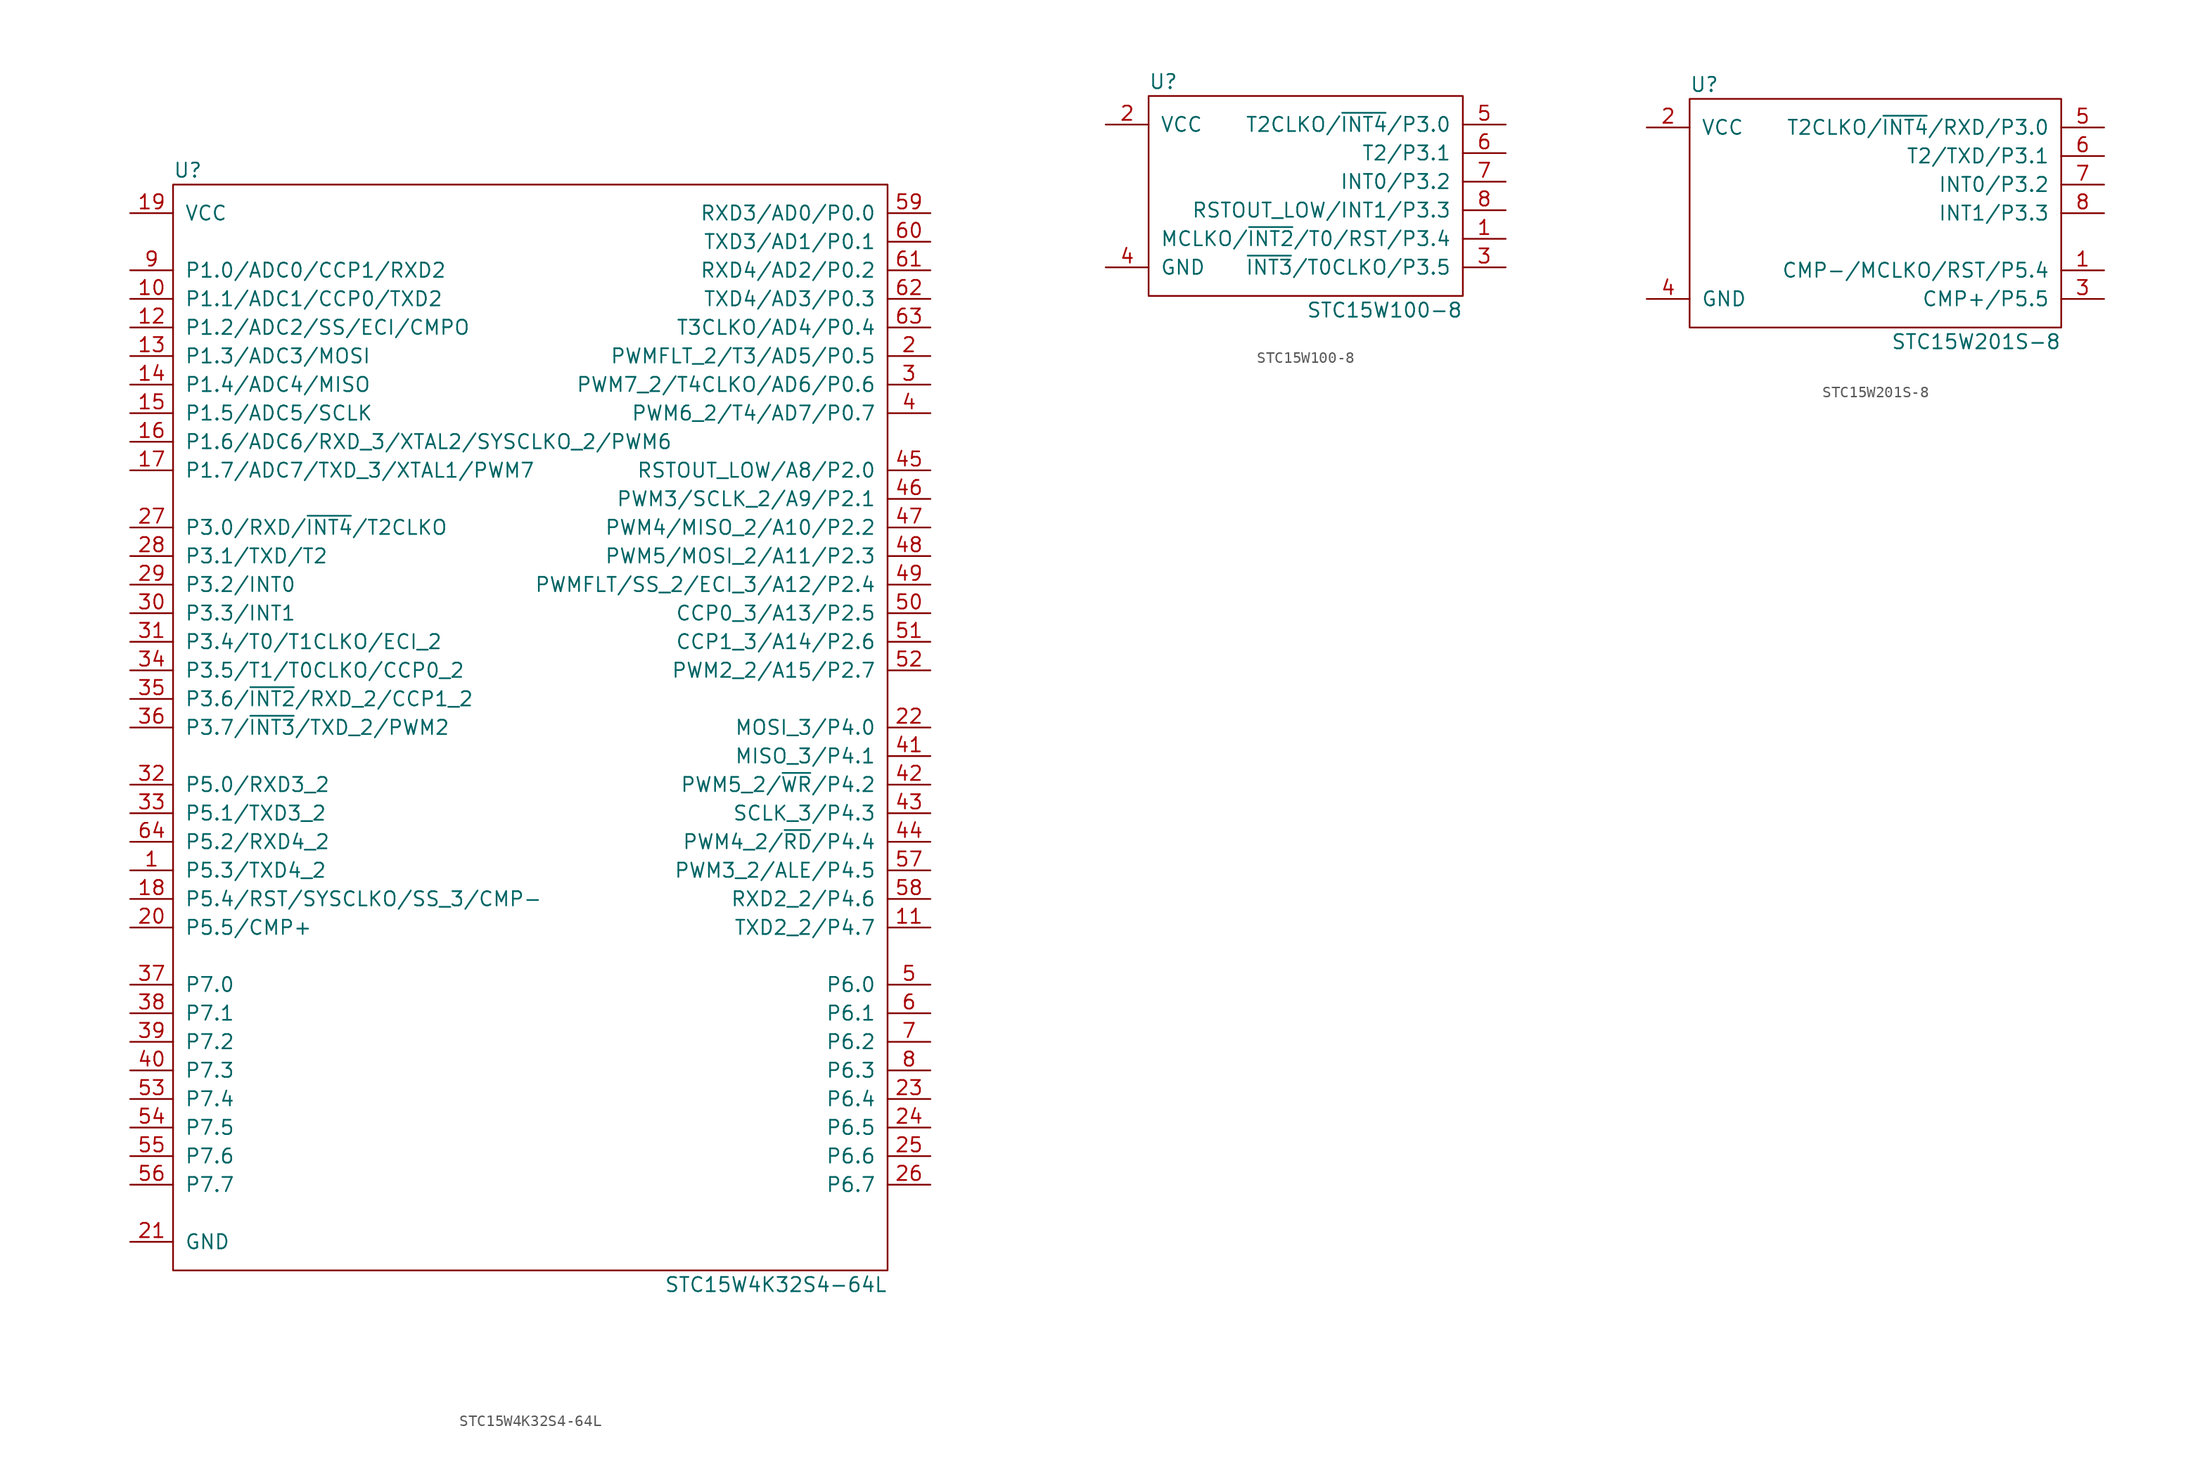
<source format=kicad_sym>
(kicad_symbol_lib
  (version 20211014)
  (generator kicad_symbol_editor)
  (symbol "STC15W4K32S4-64L"
    (pin_names
      (offset 1.016))
    (property "Reference" "U"
      (at -31.75 49.53 0)
      (effects (font (size 1.27 1.27)) (justify left)))
    (property "Value" "STC15W4K32S4-64L"
      (at 31.75 -49.53 0)
      (effects (font (size 1.27 1.27)) (justify right)))
    (symbol "STC15W4K32S4-64L_0_1"
      (rectangle (start -31.75 48.26) (end 31.75 -48.26) (stroke (width 0.152) (type default) (color 0 0 0 0)) (fill (type none))))
    (symbol "STC15W4K32S4-64L_1_1"
      (pin tri_state line (at -35.56 -12.7 0) (length 3.81) (name "P5.3/TXD4_2" (effects (font (size 1.27 1.27)))) (number "1" (effects (font (size 1.27 1.27)))))
      (pin tri_state line (at -35.56 38.1 0) (length 3.81) (name "P1.1/ADC1/CCP0/TXD2" (effects (font (size 1.27 1.27)))) (number "10" (effects (font (size 1.27 1.27)))))
      (pin tri_state line (at 35.56 -17.78 180) (length 3.81) (name "TXD2_2/P4.7" (effects (font (size 1.27 1.27)))) (number "11" (effects (font (size 1.27 1.27)))))
      (pin tri_state line (at -35.56 35.56 0) (length 3.81) (name "P1.2/ADC2/SS/ECI/CMPO" (effects (font (size 1.27 1.27)))) (number "12" (effects (font (size 1.27 1.27)))))
      (pin tri_state line (at -35.56 33.02 0) (length 3.81) (name "P1.3/ADC3/MOSI" (effects (font (size 1.27 1.27)))) (number "13" (effects (font (size 1.27 1.27)))))
      (pin tri_state line (at -35.56 30.48 0) (length 3.81) (name "P1.4/ADC4/MISO" (effects (font (size 1.27 1.27)))) (number "14" (effects (font (size 1.27 1.27)))))
      (pin tri_state line (at -35.56 27.94 0) (length 3.81) (name "P1.5/ADC5/SCLK" (effects (font (size 1.27 1.27)))) (number "15" (effects (font (size 1.27 1.27)))))
      (pin tri_state line (at -35.56 25.4 0) (length 3.81) (name "P1.6/ADC6/RXD_3/XTAL2/SYSCLKO_2/PWM6" (effects (font (size 1.27 1.27)))) (number "16" (effects (font (size 1.27 1.27)))))
      (pin tri_state line (at -35.56 22.86 0) (length 3.81) (name "P1.7/ADC7/TXD_3/XTAL1/PWM7" (effects (font (size 1.27 1.27)))) (number "17" (effects (font (size 1.27 1.27)))))
      (pin tri_state line (at -35.56 -15.24 0) (length 3.81) (name "P5.4/RST/SYSCLKO/SS_3/CMP-" (effects (font (size 1.27 1.27)))) (number "18" (effects (font (size 1.27 1.27)))))
      (pin power_in line (at -35.56 45.72 0) (length 3.81) (name "VCC" (effects (font (size 1.27 1.27)))) (number "19" (effects (font (size 1.27 1.27)))))
      (pin tri_state line (at 35.56 33.02 180) (length 3.81) (name "PWMFLT_2/T3/AD5/P0.5" (effects (font (size 1.27 1.27)))) (number "2" (effects (font (size 1.27 1.27)))))
      (pin tri_state line (at -35.56 -17.78 0) (length 3.81) (name "P5.5/CMP+" (effects (font (size 1.27 1.27)))) (number "20" (effects (font (size 1.27 1.27)))))
      (pin power_in line (at -35.56 -45.72 0) (length 3.81) (name "GND" (effects (font (size 1.27 1.27)))) (number "21" (effects (font (size 1.27 1.27)))))
      (pin tri_state line (at 35.56 0 180) (length 3.81) (name "MOSI_3/P4.0" (effects (font (size 1.27 1.27)))) (number "22" (effects (font (size 1.27 1.27)))))
      (pin tri_state line (at 35.56 -33.02 180) (length 3.81) (name "P6.4" (effects (font (size 1.27 1.27)))) (number "23" (effects (font (size 1.27 1.27)))))
      (pin tri_state line (at 35.56 -35.56 180) (length 3.81) (name "P6.5" (effects (font (size 1.27 1.27)))) (number "24" (effects (font (size 1.27 1.27)))))
      (pin tri_state line (at 35.56 -38.1 180) (length 3.81) (name "P6.6" (effects (font (size 1.27 1.27)))) (number "25" (effects (font (size 1.27 1.27)))))
      (pin tri_state line (at 35.56 -40.64 180) (length 3.81) (name "P6.7" (effects (font (size 1.27 1.27)))) (number "26" (effects (font (size 1.27 1.27)))))
      (pin tri_state line (at -35.56 17.78 0) (length 3.81) (name "P3.0/RXD/~{INT4}/T2CLKO" (effects (font (size 1.27 1.27)))) (number "27" (effects (font (size 1.27 1.27)))))
      (pin tri_state line (at -35.56 15.24 0) (length 3.81) (name "P3.1/TXD/T2" (effects (font (size 1.27 1.27)))) (number "28" (effects (font (size 1.27 1.27)))))
      (pin tri_state line (at -35.56 12.7 0) (length 3.81) (name "P3.2/INT0" (effects (font (size 1.27 1.27)))) (number "29" (effects (font (size 1.27 1.27)))))
      (pin tri_state line (at 35.56 30.48 180) (length 3.81) (name "PWM7_2/T4CLKO/AD6/P0.6" (effects (font (size 1.27 1.27)))) (number "3" (effects (font (size 1.27 1.27)))))
      (pin tri_state line (at -35.56 10.16 0) (length 3.81) (name "P3.3/INT1" (effects (font (size 1.27 1.27)))) (number "30" (effects (font (size 1.27 1.27)))))
      (pin tri_state line (at -35.56 7.62 0) (length 3.81) (name "P3.4/T0/T1CLKO/ECI_2" (effects (font (size 1.27 1.27)))) (number "31" (effects (font (size 1.27 1.27)))))
      (pin tri_state line (at -35.56 -5.08 0) (length 3.81) (name "P5.0/RXD3_2" (effects (font (size 1.27 1.27)))) (number "32" (effects (font (size 1.27 1.27)))))
      (pin tri_state line (at -35.56 -7.62 0) (length 3.81) (name "P5.1/TXD3_2" (effects (font (size 1.27 1.27)))) (number "33" (effects (font (size 1.27 1.27)))))
      (pin tri_state line (at -35.56 5.08 0) (length 3.81) (name "P3.5/T1/T0CLKO/CCP0_2" (effects (font (size 1.27 1.27)))) (number "34" (effects (font (size 1.27 1.27)))))
      (pin tri_state line (at -35.56 2.54 0) (length 3.81) (name "P3.6/~{INT2}/RXD_2/CCP1_2" (effects (font (size 1.27 1.27)))) (number "35" (effects (font (size 1.27 1.27)))))
      (pin tri_state line (at -35.56 0 0) (length 3.81) (name "P3.7/~{INT3}/TXD_2/PWM2" (effects (font (size 1.27 1.27)))) (number "36" (effects (font (size 1.27 1.27)))))
      (pin tri_state line (at -35.56 -22.86 0) (length 3.81) (name "P7.0" (effects (font (size 1.27 1.27)))) (number "37" (effects (font (size 1.27 1.27)))))
      (pin tri_state line (at -35.56 -25.4 0) (length 3.81) (name "P7.1" (effects (font (size 1.27 1.27)))) (number "38" (effects (font (size 1.27 1.27)))))
      (pin tri_state line (at -35.56 -27.94 0) (length 3.81) (name "P7.2" (effects (font (size 1.27 1.27)))) (number "39" (effects (font (size 1.27 1.27)))))
      (pin tri_state line (at 35.56 27.94 180) (length 3.81) (name "PWM6_2/T4/AD7/P0.7" (effects (font (size 1.27 1.27)))) (number "4" (effects (font (size 1.27 1.27)))))
      (pin tri_state line (at -35.56 -30.48 0) (length 3.81) (name "P7.3" (effects (font (size 1.27 1.27)))) (number "40" (effects (font (size 1.27 1.27)))))
      (pin tri_state line (at 35.56 -2.54 180) (length 3.81) (name "MISO_3/P4.1" (effects (font (size 1.27 1.27)))) (number "41" (effects (font (size 1.27 1.27)))))
      (pin tri_state line (at 35.56 -5.08 180) (length 3.81) (name "PWM5_2/~{WR}/P4.2" (effects (font (size 1.27 1.27)))) (number "42" (effects (font (size 1.27 1.27)))))
      (pin tri_state line (at 35.56 -7.62 180) (length 3.81) (name "SCLK_3/P4.3" (effects (font (size 1.27 1.27)))) (number "43" (effects (font (size 1.27 1.27)))))
      (pin tri_state line (at 35.56 -10.16 180) (length 3.81) (name "PWM4_2/~{RD}/P4.4" (effects (font (size 1.27 1.27)))) (number "44" (effects (font (size 1.27 1.27)))))
      (pin tri_state line (at 35.56 22.86 180) (length 3.81) (name "RSTOUT_LOW/A8/P2.0" (effects (font (size 1.27 1.27)))) (number "45" (effects (font (size 1.27 1.27)))))
      (pin tri_state line (at 35.56 20.32 180) (length 3.81) (name "PWM3/SCLK_2/A9/P2.1" (effects (font (size 1.27 1.27)))) (number "46" (effects (font (size 1.27 1.27)))))
      (pin tri_state line (at 35.56 17.78 180) (length 3.81) (name "PWM4/MISO_2/A10/P2.2" (effects (font (size 1.27 1.27)))) (number "47" (effects (font (size 1.27 1.27)))))
      (pin tri_state line (at 35.56 15.24 180) (length 3.81) (name "PWM5/MOSI_2/A11/P2.3" (effects (font (size 1.27 1.27)))) (number "48" (effects (font (size 1.27 1.27)))))
      (pin tri_state line (at 35.56 12.7 180) (length 3.81) (name "PWMFLT/SS_2/ECI_3/A12/P2.4" (effects (font (size 1.27 1.27)))) (number "49" (effects (font (size 1.27 1.27)))))
      (pin tri_state line (at 35.56 -22.86 180) (length 3.81) (name "P6.0" (effects (font (size 1.27 1.27)))) (number "5" (effects (font (size 1.27 1.27)))))
      (pin tri_state line (at 35.56 10.16 180) (length 3.81) (name "CCP0_3/A13/P2.5" (effects (font (size 1.27 1.27)))) (number "50" (effects (font (size 1.27 1.27)))))
      (pin tri_state line (at 35.56 7.62 180) (length 3.81) (name "CCP1_3/A14/P2.6" (effects (font (size 1.27 1.27)))) (number "51" (effects (font (size 1.27 1.27)))))
      (pin tri_state line (at 35.56 5.08 180) (length 3.81) (name "PWM2_2/A15/P2.7" (effects (font (size 1.27 1.27)))) (number "52" (effects (font (size 1.27 1.27)))))
      (pin tri_state line (at -35.56 -33.02 0) (length 3.81) (name "P7.4" (effects (font (size 1.27 1.27)))) (number "53" (effects (font (size 1.27 1.27)))))
      (pin tri_state line (at -35.56 -35.56 0) (length 3.81) (name "P7.5" (effects (font (size 1.27 1.27)))) (number "54" (effects (font (size 1.27 1.27)))))
      (pin tri_state line (at -35.56 -38.1 0) (length 3.81) (name "P7.6" (effects (font (size 1.27 1.27)))) (number "55" (effects (font (size 1.27 1.27)))))
      (pin tri_state line (at -35.56 -40.64 0) (length 3.81) (name "P7.7" (effects (font (size 1.27 1.27)))) (number "56" (effects (font (size 1.27 1.27)))))
      (pin tri_state line (at 35.56 -12.7 180) (length 3.81) (name "PWM3_2/ALE/P4.5" (effects (font (size 1.27 1.27)))) (number "57" (effects (font (size 1.27 1.27)))))
      (pin tri_state line (at 35.56 -15.24 180) (length 3.81) (name "RXD2_2/P4.6" (effects (font (size 1.27 1.27)))) (number "58" (effects (font (size 1.27 1.27)))))
      (pin tri_state line (at 35.56 45.72 180) (length 3.81) (name "RXD3/AD0/P0.0" (effects (font (size 1.27 1.27)))) (number "59" (effects (font (size 1.27 1.27)))))
      (pin tri_state line (at 35.56 -25.4 180) (length 3.81) (name "P6.1" (effects (font (size 1.27 1.27)))) (number "6" (effects (font (size 1.27 1.27)))))
      (pin tri_state line (at 35.56 43.18 180) (length 3.81) (name "TXD3/AD1/P0.1" (effects (font (size 1.27 1.27)))) (number "60" (effects (font (size 1.27 1.27)))))
      (pin tri_state line (at 35.56 40.64 180) (length 3.81) (name "RXD4/AD2/P0.2" (effects (font (size 1.27 1.27)))) (number "61" (effects (font (size 1.27 1.27)))))
      (pin tri_state line (at 35.56 38.1 180) (length 3.81) (name "TXD4/AD3/P0.3" (effects (font (size 1.27 1.27)))) (number "62" (effects (font (size 1.27 1.27)))))
      (pin tri_state line (at 35.56 35.56 180) (length 3.81) (name "T3CLKO/AD4/P0.4" (effects (font (size 1.27 1.27)))) (number "63" (effects (font (size 1.27 1.27)))))
      (pin tri_state line (at -35.56 -10.16 0) (length 3.81) (name "P5.2/RXD4_2" (effects (font (size 1.27 1.27)))) (number "64" (effects (font (size 1.27 1.27)))))
      (pin tri_state line (at 35.56 -27.94 180) (length 3.81) (name "P6.2" (effects (font (size 1.27 1.27)))) (number "7" (effects (font (size 1.27 1.27)))))
      (pin tri_state line (at 35.56 -30.48 180) (length 3.81) (name "P6.3" (effects (font (size 1.27 1.27)))) (number "8" (effects (font (size 1.27 1.27)))))
      (pin tri_state line (at -35.56 40.64 0) (length 3.81) (name "P1.0/ADC0/CCP1/RXD2" (effects (font (size 1.27 1.27)))) (number "9" (effects (font (size 1.27 1.27)))))))
  (symbol "STC15W100-8"
    (pin_names
      (offset 1.016))
    (property "Reference" "U"
      (at -13.97 8.89 0)
      (effects (font (size 1.27 1.27)) (justify left)))
    (property "Value" "STC15W100-8"
      (at 13.97 -11.43 0)
      (effects (font (size 1.27 1.27)) (justify right)))
    (symbol "STC15W100-8_0_1"
      (rectangle (start -13.97 7.62) (end 13.97 -10.16) (stroke (width 0.152) (type default) (color 0 0 0 0)) (fill (type none))))
    (symbol "STC15W100-8_1_1"
      (pin tri_state line (at 17.78 -5.08 180) (length 3.81) (name "MCLKO/~{INT2}/T0/RST/P3.4" (effects (font (size 1.27 1.27)))) (number "1" (effects (font (size 1.27 1.27)))))
      (pin power_in line (at -17.78 5.08 0) (length 3.81) (name "VCC" (effects (font (size 1.27 1.27)))) (number "2" (effects (font (size 1.27 1.27)))))
      (pin tri_state line (at 17.78 -7.62 180) (length 3.81) (name "~{INT3}/T0CLKO/P3.5" (effects (font (size 1.27 1.27)))) (number "3" (effects (font (size 1.27 1.27)))))
      (pin power_in line (at -17.78 -7.62 0) (length 3.81) (name "GND" (effects (font (size 1.27 1.27)))) (number "4" (effects (font (size 1.27 1.27)))))
      (pin tri_state line (at 17.78 5.08 180) (length 3.81) (name "T2CLKO/~{INT4}/P3.0" (effects (font (size 1.27 1.27)))) (number "5" (effects (font (size 1.27 1.27)))))
      (pin tri_state line (at 17.78 2.54 180) (length 3.81) (name "T2/P3.1" (effects (font (size 1.27 1.27)))) (number "6" (effects (font (size 1.27 1.27)))))
      (pin tri_state line (at 17.78 0 180) (length 3.81) (name "INT0/P3.2" (effects (font (size 1.27 1.27)))) (number "7" (effects (font (size 1.27 1.27)))))
      (pin tri_state line (at 17.78 -2.54 180) (length 3.81) (name "RSTOUT_LOW/INT1/P3.3" (effects (font (size 1.27 1.27)))) (number "8" (effects (font (size 1.27 1.27)))))))
  (symbol "STC15W201S-8"
    (pin_names
      (offset 1.016))
    (property "Reference" "U"
      (at -16.51 11.43 0)
      (effects (font (size 1.27 1.27)) (justify left)))
    (property "Value" "STC15W201S-8"
      (at 16.51 -11.43 0)
      (effects (font (size 1.27 1.27)) (justify right)))
    (symbol "STC15W201S-8_0_1"
      (rectangle (start -16.51 10.16) (end 16.51 -10.16) (stroke (width 0.152) (type default) (color 0 0 0 0)) (fill (type none))))
    (symbol "STC15W201S-8_1_1"
      (pin tri_state line (at 20.32 -5.08 180) (length 3.81) (name "CMP-/MCLKO/RST/P5.4" (effects (font (size 1.27 1.27)))) (number "1" (effects (font (size 1.27 1.27)))))
      (pin power_in line (at -20.32 7.62 0) (length 3.81) (name "VCC" (effects (font (size 1.27 1.27)))) (number "2" (effects (font (size 1.27 1.27)))))
      (pin tri_state line (at 20.32 -7.62 180) (length 3.81) (name "CMP+/P5.5" (effects (font (size 1.27 1.27)))) (number "3" (effects (font (size 1.27 1.27)))))
      (pin power_in line (at -20.32 -7.62 0) (length 3.81) (name "GND" (effects (font (size 1.27 1.27)))) (number "4" (effects (font (size 1.27 1.27)))))
      (pin tri_state line (at 20.32 7.62 180) (length 3.81) (name "T2CLKO/~{INT4}/RXD/P3.0" (effects (font (size 1.27 1.27)))) (number "5" (effects (font (size 1.27 1.27)))))
      (pin tri_state line (at 20.32 5.08 180) (length 3.81) (name "T2/TXD/P3.1" (effects (font (size 1.27 1.27)))) (number "6" (effects (font (size 1.27 1.27)))))
      (pin tri_state line (at 20.32 2.54 180) (length 3.81) (name "INT0/P3.2" (effects (font (size 1.27 1.27)))) (number "7" (effects (font (size 1.27 1.27)))))
      (pin tri_state line (at 20.32 0 180) (length 3.81) (name "INT1/P3.3" (effects (font (size 1.27 1.27)))) (number "8" (effects (font (size 1.27 1.27))))))))
</source>
